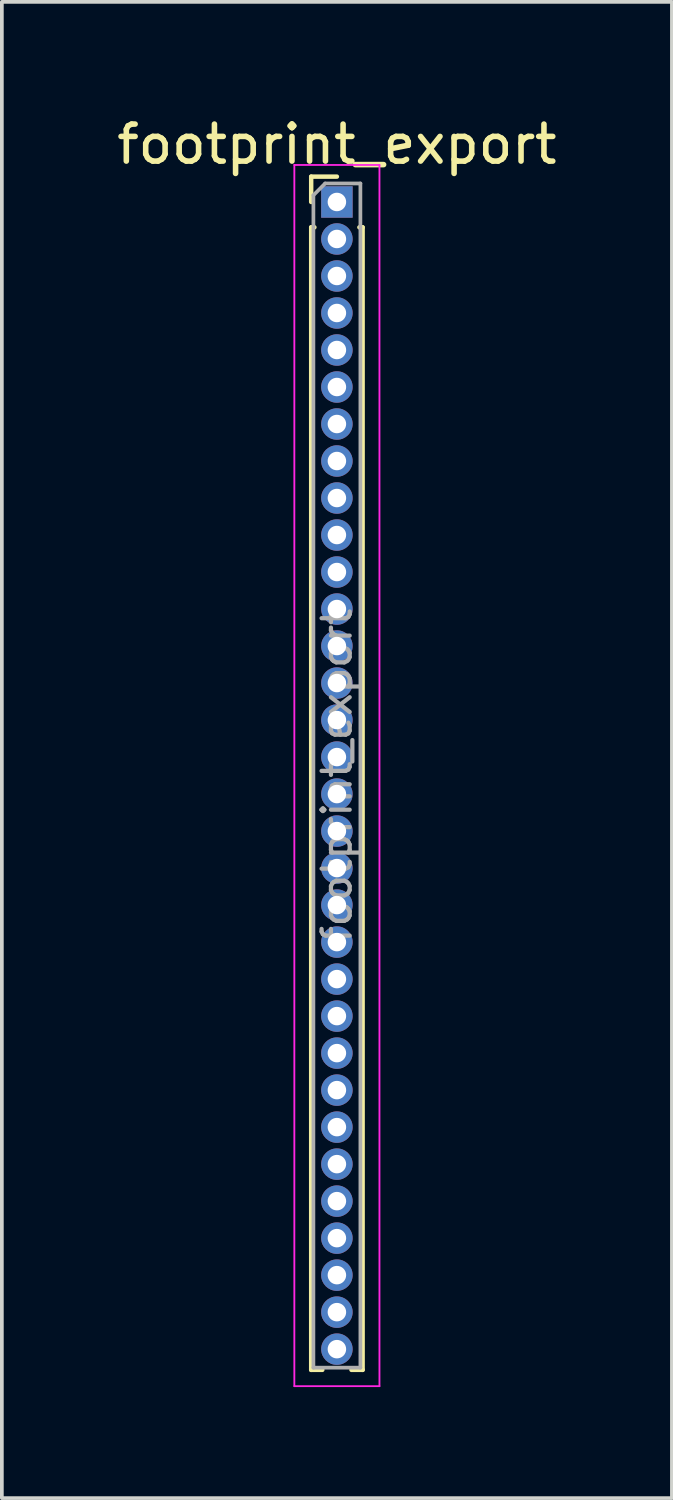
<source format=kicad_pcb>
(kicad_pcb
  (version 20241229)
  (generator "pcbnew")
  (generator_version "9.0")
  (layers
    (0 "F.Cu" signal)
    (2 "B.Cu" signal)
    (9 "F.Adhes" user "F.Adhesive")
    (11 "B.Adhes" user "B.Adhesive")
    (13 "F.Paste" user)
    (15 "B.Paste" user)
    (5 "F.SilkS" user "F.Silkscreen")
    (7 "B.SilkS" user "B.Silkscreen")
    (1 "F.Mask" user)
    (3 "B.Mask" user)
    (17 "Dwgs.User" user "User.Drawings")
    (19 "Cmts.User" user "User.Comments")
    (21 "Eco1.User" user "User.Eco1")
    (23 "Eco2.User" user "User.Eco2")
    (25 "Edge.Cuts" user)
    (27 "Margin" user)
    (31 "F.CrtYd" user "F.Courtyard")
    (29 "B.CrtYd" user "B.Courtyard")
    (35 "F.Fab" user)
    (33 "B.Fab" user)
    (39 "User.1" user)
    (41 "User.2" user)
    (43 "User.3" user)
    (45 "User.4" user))
  (footprint "footprint_export"
    (layer "F.Cu")
    (at 6.054 2.408)
    (property "Reference" "footprint_export" (at 0 -1.56 0) (layer "F.SilkS") (effects (font (size 1 1) (thickness 0.15))))
    (attr through_hole)
    (fp_line (start -0.695 -0.685) (end 0 -0.685) (stroke (width 0.12) (type solid)) (layer "F.SilkS"))
    (fp_line (start -0.695 0) (end -0.695 -0.685) (stroke (width 0.12) (type solid)) (layer "F.SilkS"))
    (fp_line (start -0.695 0.685) (end -0.695 31.56) (stroke (width 0.12) (type solid)) (layer "F.SilkS"))
    (fp_line (start -0.695 0.685) (end -0.608 0.685) (stroke (width 0.12) (type solid)) (layer "F.SilkS"))
    (fp_line (start -0.695 31.56) (end -0.394 31.56) (stroke (width 0.12) (type solid)) (layer "F.SilkS"))
    (fp_line (start 0.394 31.56) (end 0.695 31.56) (stroke (width 0.12) (type solid)) (layer "F.SilkS"))
    (fp_line (start 0.608 0.685) (end 0.695 0.685) (stroke (width 0.12) (type solid)) (layer "F.SilkS"))
    (fp_line (start 0.695 0.685) (end 0.695 31.56) (stroke (width 0.12) (type solid)) (layer "F.SilkS"))
    (fp_line (start -1.15 -1) (end -1.15 32) (stroke (width 0.05) (type solid)) (layer "F.CrtYd"))
    (fp_line (start -1.15 32) (end 1.15 32) (stroke (width 0.05) (type solid)) (layer "F.CrtYd"))
    (fp_line (start 1.15 -1) (end -1.15 -1) (stroke (width 0.05) (type solid)) (layer "F.CrtYd"))
    (fp_line (start 1.15 32) (end 1.15 -1) (stroke (width 0.05) (type solid)) (layer "F.CrtYd"))
    (fp_line (start -0.635 -0.182) (end -0.318 -0.5) (stroke (width 0.1) (type solid)) (layer "F.Fab"))
    (fp_line (start -0.635 31.5) (end -0.635 -0.182) (stroke (width 0.1) (type solid)) (layer "F.Fab"))
    (fp_line (start -0.318 -0.5) (end 0.635 -0.5) (stroke (width 0.1) (type solid)) (layer "F.Fab"))
    (fp_line (start 0.635 -0.5) (end 0.635 31.5) (stroke (width 0.1) (type solid)) (layer "F.Fab"))
    (fp_line (start 0.635 31.5) (end -0.635 31.5) (stroke (width 0.1) (type solid)) (layer "F.Fab"))
    (fp_text user "${REFERENCE}" (at 0 15.5 90) (layer "F.Fab") (effects (font (size 0.76 0.76) (thickness 0.114))))
    (pad "1" thru_hole rect (at 0 0) (size 0.85 0.85) (drill 0.5) (layers "*.Cu" "*.Mask"))
    (pad "2" thru_hole oval (at 0 1) (size 0.85 0.85) (drill 0.5) (layers "*.Cu" "*.Mask"))
    (pad "3" thru_hole oval (at 0 2) (size 0.85 0.85) (drill 0.5) (layers "*.Cu" "*.Mask"))
    (pad "4" thru_hole oval (at 0 3) (size 0.85 0.85) (drill 0.5) (layers "*.Cu" "*.Mask"))
    (pad "5" thru_hole oval (at 0 4) (size 0.85 0.85) (drill 0.5) (layers "*.Cu" "*.Mask"))
    (pad "6" thru_hole oval (at 0 5) (size 0.85 0.85) (drill 0.5) (layers "*.Cu" "*.Mask"))
    (pad "7" thru_hole oval (at 0 6) (size 0.85 0.85) (drill 0.5) (layers "*.Cu" "*.Mask"))
    (pad "8" thru_hole oval (at 0 7) (size 0.85 0.85) (drill 0.5) (layers "*.Cu" "*.Mask"))
    (pad "9" thru_hole oval (at 0 8) (size 0.85 0.85) (drill 0.5) (layers "*.Cu" "*.Mask"))
    (pad "10" thru_hole oval (at 0 9) (size 0.85 0.85) (drill 0.5) (layers "*.Cu" "*.Mask"))
    (pad "11" thru_hole oval (at 0 10) (size 0.85 0.85) (drill 0.5) (layers "*.Cu" "*.Mask"))
    (pad "12" thru_hole oval (at 0 11) (size 0.85 0.85) (drill 0.5) (layers "*.Cu" "*.Mask"))
    (pad "13" thru_hole oval (at 0 12) (size 0.85 0.85) (drill 0.5) (layers "*.Cu" "*.Mask"))
    (pad "14" thru_hole oval (at 0 13) (size 0.85 0.85) (drill 0.5) (layers "*.Cu" "*.Mask"))
    (pad "15" thru_hole oval (at 0 14) (size 0.85 0.85) (drill 0.5) (layers "*.Cu" "*.Mask"))
    (pad "16" thru_hole oval (at 0 15) (size 0.85 0.85) (drill 0.5) (layers "*.Cu" "*.Mask"))
    (pad "17" thru_hole oval (at 0 16) (size 0.85 0.85) (drill 0.5) (layers "*.Cu" "*.Mask"))
    (pad "18" thru_hole oval (at 0 17) (size 0.85 0.85) (drill 0.5) (layers "*.Cu" "*.Mask"))
    (pad "19" thru_hole oval (at 0 18) (size 0.85 0.85) (drill 0.5) (layers "*.Cu" "*.Mask"))
    (pad "20" thru_hole oval (at 0 19) (size 0.85 0.85) (drill 0.5) (layers "*.Cu" "*.Mask"))
    (pad "21" thru_hole oval (at 0 20) (size 0.85 0.85) (drill 0.5) (layers "*.Cu" "*.Mask"))
    (pad "22" thru_hole oval (at 0 21) (size 0.85 0.85) (drill 0.5) (layers "*.Cu" "*.Mask"))
    (pad "23" thru_hole oval (at 0 22) (size 0.85 0.85) (drill 0.5) (layers "*.Cu" "*.Mask"))
    (pad "24" thru_hole oval (at 0 23) (size 0.85 0.85) (drill 0.5) (layers "*.Cu" "*.Mask"))
    (pad "25" thru_hole oval (at 0 24) (size 0.85 0.85) (drill 0.5) (layers "*.Cu" "*.Mask"))
    (pad "26" thru_hole oval (at 0 25) (size 0.85 0.85) (drill 0.5) (layers "*.Cu" "*.Mask"))
    (pad "27" thru_hole oval (at 0 26) (size 0.85 0.85) (drill 0.5) (layers "*.Cu" "*.Mask"))
    (pad "28" thru_hole oval (at 0 27) (size 0.85 0.85) (drill 0.5) (layers "*.Cu" "*.Mask"))
    (pad "29" thru_hole oval (at 0 28) (size 0.85 0.85) (drill 0.5) (layers "*.Cu" "*.Mask"))
    (pad "30" thru_hole oval (at 0 29) (size 0.85 0.85) (drill 0.5) (layers "*.Cu" "*.Mask"))
    (pad "31" thru_hole oval (at 0 30) (size 0.85 0.85) (drill 0.5) (layers "*.Cu" "*.Mask"))
    (pad "32" thru_hole oval (at 0 31) (size 0.85 0.85) (drill 0.5) (layers "*.Cu" "*.Mask")))
  (gr_rect
    (start -3 -3)
    (end 15.107 37.433)
    (stroke (width 0.1) (type default))
    (fill no)
    (layer "Edge.Cuts")))
</source>
